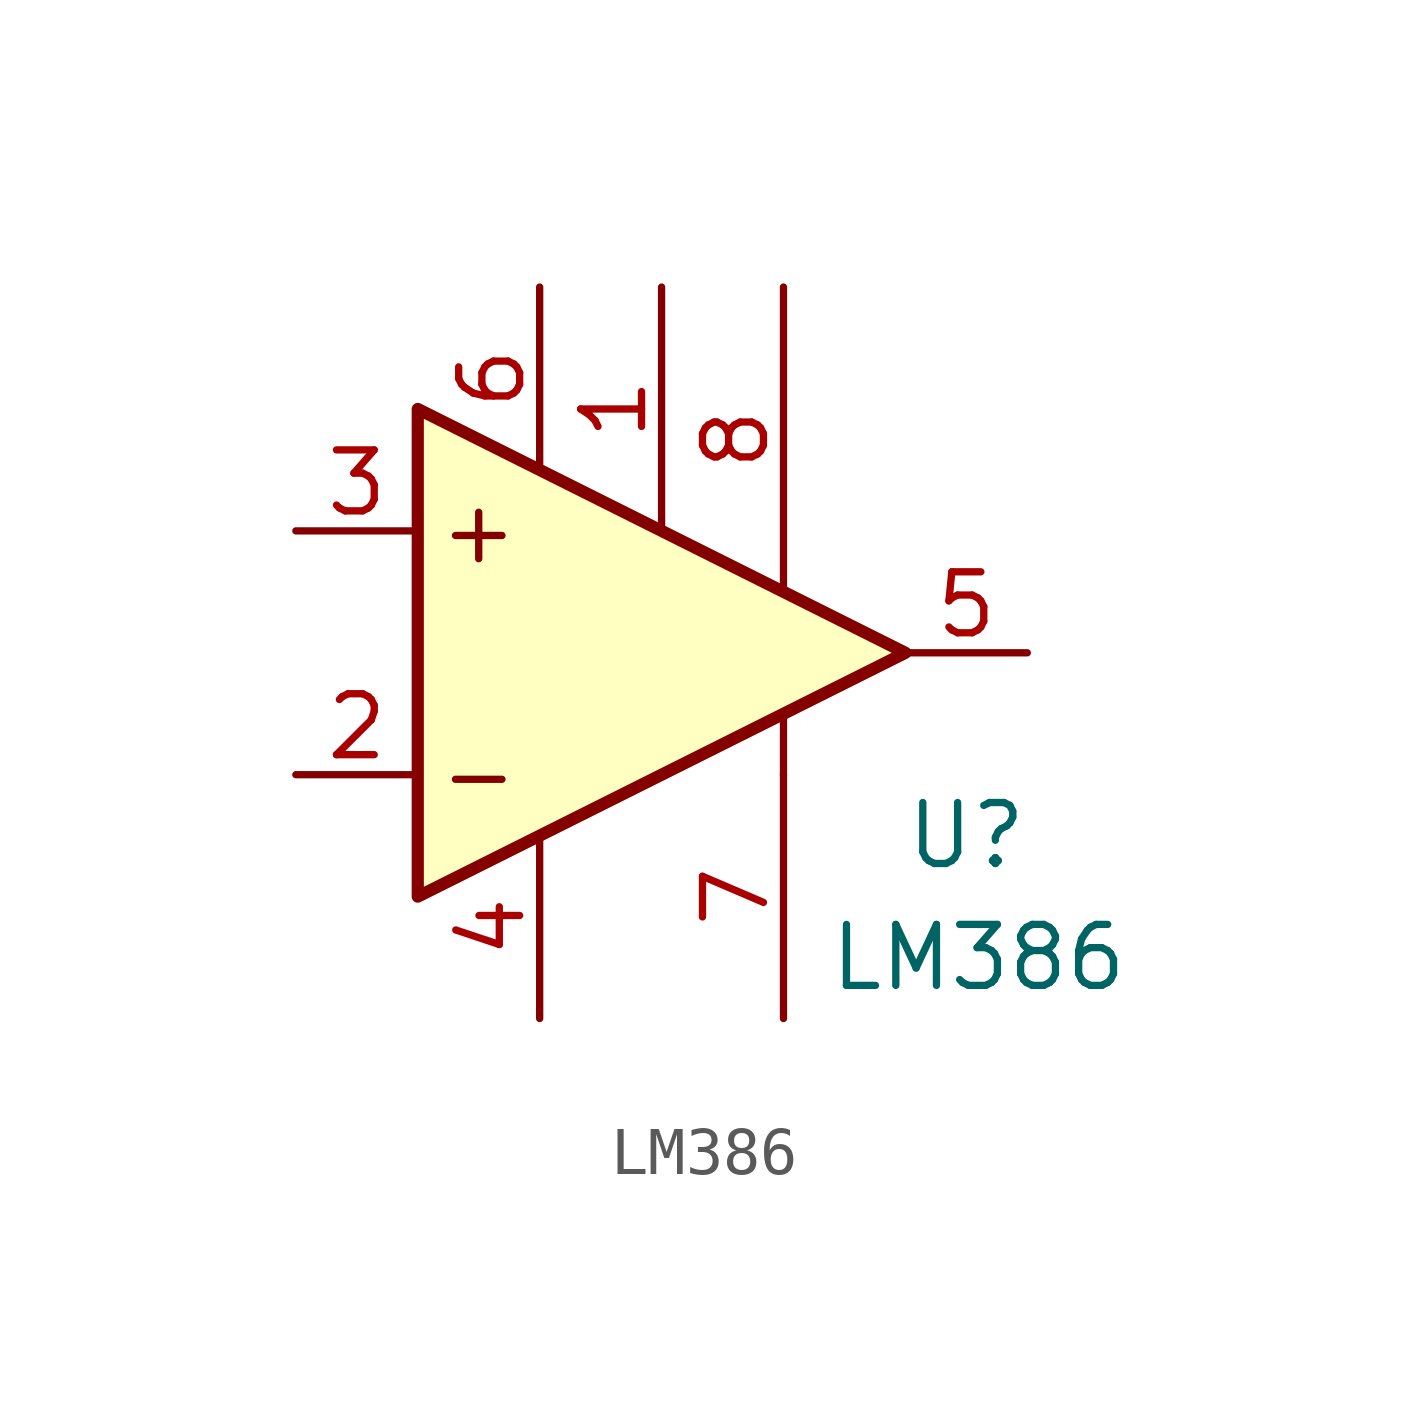
<source format=kicad_sym>
(kicad_symbol_lib
  (version 20241209)
  (generator "kicad_symbol_editor")
  (generator_version "9.0")
  (symbol "LM386"
    (pin_names
      (hide yes))
    (property "Reference" "U"
      (at 7.62 -3.81 0)
      (effects (font (size 1.27 1.27))))
    (property "Value" "LM386"
      (at 7.874 -6.35 0)
      (effects (font (size 1.27 1.27))))
    (symbol "LM386_0_1"
      (polyline (pts (xy 3.81 -2.54) (xy 3.81 -1.27)) (stroke (width 0) (type default)) (fill (type none)))
      (polyline (pts (xy 6.35 0) (xy -3.81 5.08) (xy -3.81 -5.08) (xy 6.35 0)) (stroke (width 0.254) (type default)) (fill (type background))))
    (symbol "LM386_1_1"
      (text "+" (at -2.54 2.54 0) (effects (font (size 1.27 1.27))))
      (text "-" (at -2.54 -2.54 0) (effects (font (size 1.27 1.27))))
      (pin input line (at -6.35 2.54 0) (length 2.54) (name "+" (effects (font (size 1.27 1.27)))) (number "3" (effects (font (size 1.27 1.27)))))
      (pin input line (at -6.35 -2.54 0) (length 2.54) (name "-" (effects (font (size 1.27 1.27)))) (number "2" (effects (font (size 1.27 1.27)))))
      (pin power_in line (at -1.27 7.62 270) (length 3.81) (name "V+" (effects (font (size 1.27 1.27)))) (number "6" (effects (font (size 1.27 1.27)))))
      (pin power_in line (at -1.27 -7.62 90) (length 3.81) (name "GND" (effects (font (size 1.27 1.27)))) (number "4" (effects (font (size 1.27 1.27)))))
      (pin input line (at 1.27 7.62 270) (length 5.08) (name "GAIN" (effects (font (size 0.508 0.508)))) (number "1" (effects (font (size 1.27 1.27)))))
      (pin input line (at 3.81 7.62 270) (length 6.35) (name "GAIN" (effects (font (size 0.508 0.508)))) (number "8" (effects (font (size 1.27 1.27)))))
      (pin input line (at 3.81 -7.62 90) (length 5.08) (name "BYPASS" (effects (font (size 0.508 0.508)))) (number "7" (effects (font (size 1.27 1.27)))))
      (pin output line (at 8.89 0 180) (length 2.54) (name "~" (effects (font (size 1.27 1.27)))) (number "5" (effects (font (size 1.27 1.27))))))))
</source>
